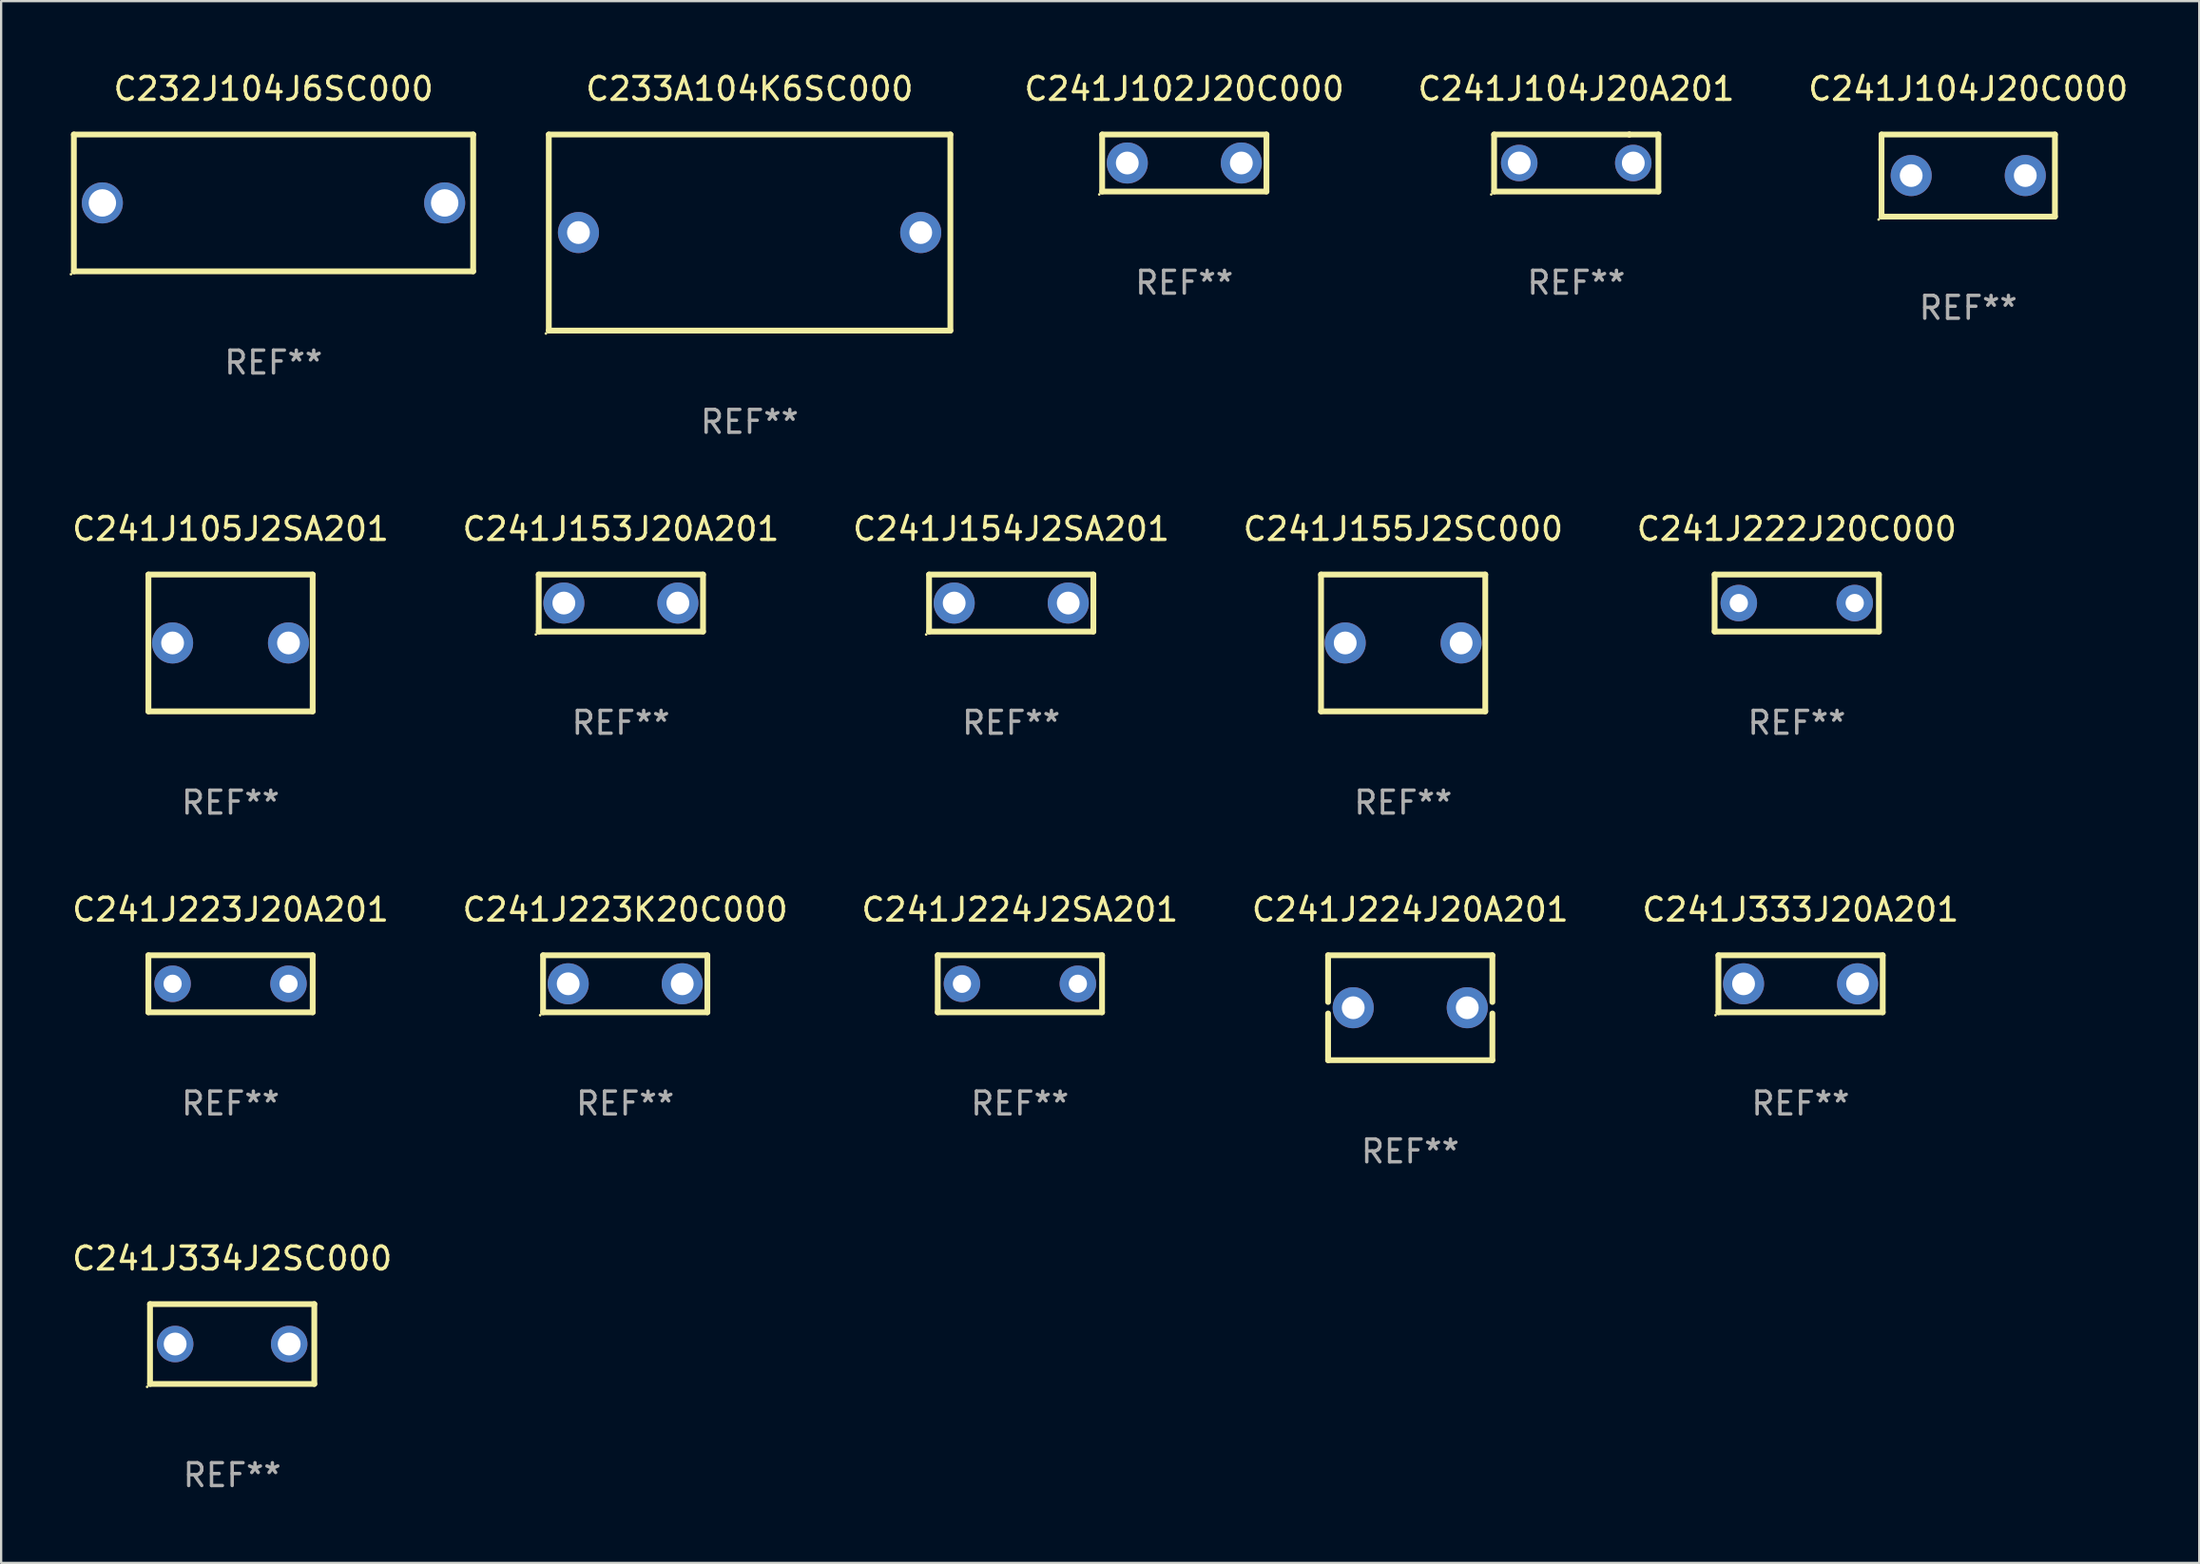
<source format=kicad_pcb>
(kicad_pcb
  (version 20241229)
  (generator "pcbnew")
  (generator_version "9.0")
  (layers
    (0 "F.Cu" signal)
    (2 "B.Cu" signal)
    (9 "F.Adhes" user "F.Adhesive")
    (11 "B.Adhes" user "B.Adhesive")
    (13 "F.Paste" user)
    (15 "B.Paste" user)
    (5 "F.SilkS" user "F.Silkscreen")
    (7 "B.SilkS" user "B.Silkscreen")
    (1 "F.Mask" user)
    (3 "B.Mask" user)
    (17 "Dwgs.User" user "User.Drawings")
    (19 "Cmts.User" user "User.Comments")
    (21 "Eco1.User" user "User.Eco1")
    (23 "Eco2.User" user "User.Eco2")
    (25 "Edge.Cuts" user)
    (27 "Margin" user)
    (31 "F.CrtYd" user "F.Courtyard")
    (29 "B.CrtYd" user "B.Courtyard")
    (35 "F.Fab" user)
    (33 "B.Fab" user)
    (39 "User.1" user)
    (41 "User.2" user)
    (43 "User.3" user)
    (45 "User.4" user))
  (footprint "C241J104J20A201"
    (layer "F.Cu")
    (at 66.032 4.098)
    (property "Reference" "C241J104J20A201" (at 0 -3.25 0) (layer "F.SilkS") (effects (font (size 1 1) (thickness 0.15))))
    (attr through_hole)
    (fp_line (start -3.6 1.25) (end -3.6 -1.25) (stroke (width 0.254) (type solid)) (layer "F.SilkS"))
    (fp_line (start -3.6 1.25) (end 3.6 1.25) (stroke (width 0.254) (type solid)) (layer "F.SilkS"))
    (fp_line (start -3.6 -1.25) (end 2.326 -1.25) (stroke (width 0.254) (type solid)) (layer "F.SilkS"))
    (fp_line (start 2.326 -1.25) (end 2.326 -1.25) (stroke (width 0.254) (type solid)) (layer "F.SilkS"))
    (fp_line (start 2.326 -1.25) (end 3.6 -1.25) (stroke (width 0.254) (type solid)) (layer "F.SilkS"))
    (fp_line (start 3.6 -1.25) (end 3.6 1.25) (stroke (width 0.254) (type solid)) (layer "F.SilkS"))
    (fp_circle (center -3.727 1.377) (end -3.697 1.377) (stroke (width 0.06) (type solid)) (fill no) (layer "F.SilkS"))
    (fp_text user "REF**" (at 0 5.25 0) (layer "F.Fab") (effects (font (size 1 1) (thickness 0.15))))
    (pad "1" thru_hole circle (at -2.499 -0.000013) (size 1.6 1.6) (drill 1) (layers "*.Cu" "*.Mask"))
    (pad "2" thru_hole circle (at 2.499 -0.000013) (size 1.6 1.6) (drill 1) (layers "*.Cu" "*.Mask")))
  (footprint "C241J223K20C000"
    (layer "F.Cu")
    (at 24.351 40.091)
    (property "Reference" "C241J223K20C000" (at 0 -3.25 0) (layer "F.SilkS") (effects (font (size 1 1) (thickness 0.15))))
    (attr through_hole)
    (fp_line (start -3.6 -1.25) (end 3.6 -1.25) (stroke (width 0.254) (type solid)) (layer "F.SilkS"))
    (fp_line (start -3.6 1.25) (end -3.6 -1.25) (stroke (width 0.254) (type solid)) (layer "F.SilkS"))
    (fp_line (start -3.6 1.25) (end 3.6 1.25) (stroke (width 0.254) (type solid)) (layer "F.SilkS"))
    (fp_line (start 3.6 -1.25) (end 3.6 1.25) (stroke (width 0.254) (type solid)) (layer "F.SilkS"))
    (fp_circle (center -3.727 1.377) (end -3.697 1.377) (stroke (width 0.06) (type solid)) (fill no) (layer "F.SilkS"))
    (fp_text user "REF**" (at 0 5.25 0) (layer "F.Fab") (effects (font (size 1 1) (thickness 0.15))))
    (pad "1" thru_hole circle (at -2.499 -0.000013) (size 1.8 1.8) (drill 1) (layers "*.Cu" "*.Mask"))
    (pad "2" thru_hole circle (at 2.499 -0.000013) (size 1.8 1.8) (drill 1) (layers "*.Cu" "*.Mask")))
  (footprint "C241J105J2SA201"
    (layer "F.Cu")
    (at 7.054 25.145)
    (property "Reference" "C241J105J2SA201" (at 0 -5 0) (layer "F.SilkS") (effects (font (size 1 1) (thickness 0.15))))
    (attr through_hole)
    (fp_line (start -3.599 -3) (end -3.599 3) (stroke (width 0.254) (type solid)) (layer "F.SilkS"))
    (fp_line (start -3.599 -3) (end 3.599 -3) (stroke (width 0.254) (type solid)) (layer "F.SilkS"))
    (fp_line (start 3.599 3) (end -3.599 3) (stroke (width 0.254) (type solid)) (layer "F.SilkS"))
    (fp_line (start 3.599 3) (end 3.599 -3) (stroke (width 0.254) (type solid)) (layer "F.SilkS"))
    (fp_circle (center -3.6 3) (end -3.57 3) (stroke (width 0.06) (type solid)) (fill no) (layer "F.SilkS"))
    (fp_text user "REF**" (at 0 7 0) (layer "F.Fab") (effects (font (size 1 1) (thickness 0.15))))
    (pad "1" thru_hole circle (at -2.54 0) (size 1.8 1.8) (drill 1) (layers "*.Cu" "*.Mask"))
    (pad "2" thru_hole circle (at 2.54 0) (size 1.8 1.8) (drill 1) (layers "*.Cu" "*.Mask")))
  (footprint "C232J104J6SC000"
    (layer "F.Cu")
    (at 8.937 5.848)
    (property "Reference" "C232J104J6SC000" (at 0 -5 0) (layer "F.SilkS") (effects (font (size 1 1) (thickness 0.15))))
    (attr through_hole)
    (fp_line (start -8.75 -3) (end 8.75 -3) (stroke (width 0.254) (type solid)) (layer "F.SilkS"))
    (fp_line (start -8.75 3) (end -8.75 -3) (stroke (width 0.254) (type solid)) (layer "F.SilkS"))
    (fp_line (start 8.75 -3) (end 8.75 3) (stroke (width 0.254) (type solid)) (layer "F.SilkS"))
    (fp_line (start 8.75 3) (end -8.75 3) (stroke (width 0.254) (type solid)) (layer "F.SilkS"))
    (fp_circle (center -8.877 3.127) (end -8.847 3.127) (stroke (width 0.06) (type solid)) (fill no) (layer "F.SilkS"))
    (fp_text user "REF**" (at 0 7 0) (layer "F.Fab") (effects (font (size 1 1) (thickness 0.15))))
    (pad "1" thru_hole circle (at -7.501 0) (size 1.8 1.8) (drill 1.2) (layers "*.Cu" "*.Mask"))
    (pad "2" thru_hole circle (at 7.501 0) (size 1.8 1.8) (drill 1.2) (layers "*.Cu" "*.Mask")))
  (footprint "C241J222J20C000"
    (layer "F.Cu")
    (at 75.696 23.395)
    (property "Reference" "C241J222J20C000" (at 0 -3.25 0) (layer "F.SilkS") (effects (font (size 1 1) (thickness 0.15))))
    (attr through_hole)
    (fp_line (start -3.6 -1.25) (end -3.6 1.25) (stroke (width 0.254) (type solid)) (layer "F.SilkS"))
    (fp_line (start -3.6 -1.25) (end 3.6 -1.25) (stroke (width 0.254) (type solid)) (layer "F.SilkS"))
    (fp_line (start 3.6 1.25) (end -3.6 1.25) (stroke (width 0.254) (type solid)) (layer "F.SilkS"))
    (fp_line (start 3.6 1.25) (end 3.6 -1.25) (stroke (width 0.254) (type solid)) (layer "F.SilkS"))
    (fp_circle (center -3.6 1.25) (end -3.57 1.25) (stroke (width 0.06) (type solid)) (fill no) (layer "F.SilkS"))
    (fp_text user "REF**" (at 0 5.25 0) (layer "F.Fab") (effects (font (size 1 1) (thickness 0.15))))
    (pad "1" thru_hole circle (at -2.54 0) (size 1.6 1.6) (drill 0.8) (layers "*.Cu" "*.Mask"))
    (pad "2" thru_hole circle (at 2.54 0) (size 1.6 1.6) (drill 0.8) (layers "*.Cu" "*.Mask")))
  (footprint "C241J334J2SC000"
    (layer "F.Cu")
    (at 7.125 55.888)
    (property "Reference" "C241J334J2SC000" (at 0 -3.75 0) (layer "F.SilkS") (effects (font (size 1 1) (thickness 0.15))))
    (attr through_hole)
    (fp_line (start -3.6 -1.75) (end 3.6 -1.75) (stroke (width 0.254) (type solid)) (layer "F.SilkS"))
    (fp_line (start -3.6 1.75) (end -3.6 -1.75) (stroke (width 0.254) (type solid)) (layer "F.SilkS"))
    (fp_line (start -3.6 1.75) (end 3.6 1.75) (stroke (width 0.254) (type solid)) (layer "F.SilkS"))
    (fp_line (start 3.6 -1.75) (end 3.6 1.75) (stroke (width 0.254) (type solid)) (layer "F.SilkS"))
    (fp_circle (center -3.727 1.877) (end -3.697 1.877) (stroke (width 0.06) (type solid)) (fill no) (layer "F.SilkS"))
    (fp_text user "REF**" (at 0 5.75 0) (layer "F.Fab") (effects (font (size 1 1) (thickness 0.15))))
    (pad "1" thru_hole circle (at -2.499 -0.000013) (size 1.6 1.6) (drill 1) (layers "*.Cu" "*.Mask"))
    (pad "2" thru_hole circle (at 2.499 -0.000013) (size 1.6 1.6) (drill 1) (layers "*.Cu" "*.Mask")))
  (footprint "C241J102J20C000"
    (layer "F.Cu")
    (at 48.854 4.098)
    (property "Reference" "C241J102J20C000" (at 0 -3.25 0) (layer "F.SilkS") (effects (font (size 1 1) (thickness 0.15))))
    (attr through_hole)
    (fp_line (start -3.6 -1.25) (end 3.6 -1.25) (stroke (width 0.254) (type solid)) (layer "F.SilkS"))
    (fp_line (start -3.6 1.25) (end -3.6 -1.25) (stroke (width 0.254) (type solid)) (layer "F.SilkS"))
    (fp_line (start -3.6 1.25) (end 3.6 1.25) (stroke (width 0.254) (type solid)) (layer "F.SilkS"))
    (fp_line (start 3.6 -1.25) (end 3.6 1.25) (stroke (width 0.254) (type solid)) (layer "F.SilkS"))
    (fp_circle (center -3.727 1.377) (end -3.697 1.377) (stroke (width 0.06) (type solid)) (fill no) (layer "F.SilkS"))
    (fp_text user "REF**" (at 0 5.25 0) (layer "F.Fab") (effects (font (size 1 1) (thickness 0.15))))
    (pad "1" thru_hole circle (at -2.499 -0.000013) (size 1.8 1.8) (drill 1) (layers "*.Cu" "*.Mask"))
    (pad "2" thru_hole circle (at 2.499 -0.000013) (size 1.8 1.8) (drill 1) (layers "*.Cu" "*.Mask")))
  (footprint "C241J154J2SA201"
    (layer "F.Cu")
    (at 41.268 23.395)
    (property "Reference" "C241J154J2SA201" (at 0 -3.25 0) (layer "F.SilkS") (effects (font (size 1 1) (thickness 0.15))))
    (attr through_hole)
    (fp_line (start -3.6 -1.25) (end 3.6 -1.25) (stroke (width 0.254) (type solid)) (layer "F.SilkS"))
    (fp_line (start -3.6 1.25) (end -3.6 -1.25) (stroke (width 0.254) (type solid)) (layer "F.SilkS"))
    (fp_line (start -3.6 1.25) (end 3.6 1.25) (stroke (width 0.254) (type solid)) (layer "F.SilkS"))
    (fp_line (start 3.6 -1.25) (end 3.6 1.25) (stroke (width 0.254) (type solid)) (layer "F.SilkS"))
    (fp_circle (center -3.727 1.377) (end -3.697 1.377) (stroke (width 0.06) (type solid)) (fill no) (layer "F.SilkS"))
    (fp_text user "REF**" (at 0 5.25 0) (layer "F.Fab") (effects (font (size 1 1) (thickness 0.15))))
    (pad "1" thru_hole circle (at -2.499 -0.000013) (size 1.8 1.8) (drill 1) (layers "*.Cu" "*.Mask"))
    (pad "2" thru_hole circle (at 2.499 -0.000013) (size 1.8 1.8) (drill 1) (layers "*.Cu" "*.Mask")))
  (footprint "C241J333J20A201"
    (layer "F.Cu")
    (at 75.863 40.091)
    (property "Reference" "C241J333J20A201" (at 0 -3.25 0) (layer "F.SilkS") (effects (font (size 1 1) (thickness 0.15))))
    (attr through_hole)
    (fp_line (start -3.6 -1.25) (end 3.6 -1.25) (stroke (width 0.254) (type solid)) (layer "F.SilkS"))
    (fp_line (start -3.6 1.25) (end -3.6 -1.25) (stroke (width 0.254) (type solid)) (layer "F.SilkS"))
    (fp_line (start -3.6 1.25) (end 3.6 1.25) (stroke (width 0.254) (type solid)) (layer "F.SilkS"))
    (fp_line (start 3.6 -1.25) (end 3.6 1.25) (stroke (width 0.254) (type solid)) (layer "F.SilkS"))
    (fp_circle (center -3.727 1.377) (end -3.697 1.377) (stroke (width 0.06) (type solid)) (fill no) (layer "F.SilkS"))
    (fp_text user "REF**" (at 0 5.25 0) (layer "F.Fab") (effects (font (size 1 1) (thickness 0.15))))
    (pad "1" thru_hole circle (at -2.499 -0.000013) (size 1.8 1.8) (drill 1) (layers "*.Cu" "*.Mask"))
    (pad "2" thru_hole circle (at 2.499 -0.000013) (size 1.8 1.8) (drill 1) (layers "*.Cu" "*.Mask")))
  (footprint "C241J224J20A201"
    (layer "F.Cu")
    (at 58.756 41.141)
    (property "Reference" "C241J224J20A201" (at 0 -4.3 0) (layer "F.SilkS") (effects (font (size 1 1) (thickness 0.15))))
    (attr through_hole)
    (fp_line (start -3.6 -2.3) (end -3.6 -0.252) (stroke (width 0.254) (type solid)) (layer "F.SilkS"))
    (fp_line (start -3.6 -2.3) (end 3.6 -2.3) (stroke (width 0.254) (type solid)) (layer "F.SilkS"))
    (fp_line (start -3.6 0.252) (end -3.6 2.3) (stroke (width 0.254) (type solid)) (layer "F.SilkS"))
    (fp_line (start -3.6 2.3) (end 3.6 2.3) (stroke (width 0.254) (type solid)) (layer "F.SilkS"))
    (fp_line (start 3.6 -0.252) (end 3.6 -2.3) (stroke (width 0.254) (type solid)) (layer "F.SilkS"))
    (fp_line (start 3.6 2.3) (end 3.6 0.252) (stroke (width 0.254) (type solid)) (layer "F.SilkS"))
    (fp_circle (center -3.6 2.25) (end -3.57 2.25) (stroke (width 0.06) (type solid)) (fill no) (layer "F.SilkS"))
    (fp_text user "REF**" (at 0 6.3 0) (layer "F.Fab") (effects (font (size 1 1) (thickness 0.15))))
    (pad "1" thru_hole circle (at -2.499 0) (size 1.8 1.8) (drill 1) (layers "*.Cu" "*.Mask"))
    (pad "2" thru_hole circle (at 2.499 0) (size 1.8 1.8) (drill 1) (layers "*.Cu" "*.Mask")))
  (footprint "C241J223J20A201"
    (layer "F.Cu")
    (at 7.054 40.091)
    (property "Reference" "C241J223J20A201" (at 0 -3.25 0) (layer "F.SilkS") (effects (font (size 1 1) (thickness 0.15))))
    (attr through_hole)
    (fp_line (start -3.6 -1.25) (end -3.6 1.25) (stroke (width 0.254) (type solid)) (layer "F.SilkS"))
    (fp_line (start -3.6 -1.25) (end 3.6 -1.25) (stroke (width 0.254) (type solid)) (layer "F.SilkS"))
    (fp_line (start 3.6 1.25) (end -3.6 1.25) (stroke (width 0.254) (type solid)) (layer "F.SilkS"))
    (fp_line (start 3.6 1.25) (end 3.6 -1.25) (stroke (width 0.254) (type solid)) (layer "F.SilkS"))
    (fp_circle (center -3.6 1.25) (end -3.57 1.25) (stroke (width 0.06) (type solid)) (fill no) (layer "F.SilkS"))
    (fp_text user "REF**" (at 0 5.25 0) (layer "F.Fab") (effects (font (size 1 1) (thickness 0.15))))
    (pad "1" thru_hole circle (at -2.54 0) (size 1.6 1.6) (drill 0.8) (layers "*.Cu" "*.Mask"))
    (pad "2" thru_hole circle (at 2.54 0) (size 1.6 1.6) (drill 0.8) (layers "*.Cu" "*.Mask")))
  (footprint "C241J153J20A201"
    (layer "F.Cu")
    (at 24.161 23.395)
    (property "Reference" "C241J153J20A201" (at 0 -3.25 0) (layer "F.SilkS") (effects (font (size 1 1) (thickness 0.15))))
    (attr through_hole)
    (fp_line (start -3.6 -1.25) (end 3.6 -1.25) (stroke (width 0.254) (type solid)) (layer "F.SilkS"))
    (fp_line (start -3.6 1.25) (end -3.6 -1.25) (stroke (width 0.254) (type solid)) (layer "F.SilkS"))
    (fp_line (start -3.6 1.25) (end 3.6 1.25) (stroke (width 0.254) (type solid)) (layer "F.SilkS"))
    (fp_line (start 3.6 -1.25) (end 3.6 1.25) (stroke (width 0.254) (type solid)) (layer "F.SilkS"))
    (fp_circle (center -3.727 1.377) (end -3.697 1.377) (stroke (width 0.06) (type solid)) (fill no) (layer "F.SilkS"))
    (fp_text user "REF**" (at 0 5.25 0) (layer "F.Fab") (effects (font (size 1 1) (thickness 0.15))))
    (pad "1" thru_hole circle (at -2.499 -0.000013) (size 1.8 1.8) (drill 1) (layers "*.Cu" "*.Mask"))
    (pad "2" thru_hole circle (at 2.499 -0.000013) (size 1.8 1.8) (drill 1) (layers "*.Cu" "*.Mask")))
  (footprint "C241J155J2SC000"
    (layer "F.Cu")
    (at 58.446 25.145)
    (property "Reference" "C241J155J2SC000" (at 0 -5 0) (layer "F.SilkS") (effects (font (size 1 1) (thickness 0.15))))
    (attr through_hole)
    (fp_line (start -3.599 -3) (end -3.599 3) (stroke (width 0.254) (type solid)) (layer "F.SilkS"))
    (fp_line (start -3.599 -3) (end 3.599 -3) (stroke (width 0.254) (type solid)) (layer "F.SilkS"))
    (fp_line (start 3.599 3) (end -3.599 3) (stroke (width 0.254) (type solid)) (layer "F.SilkS"))
    (fp_line (start 3.599 3) (end 3.599 -3) (stroke (width 0.254) (type solid)) (layer "F.SilkS"))
    (fp_circle (center -3.6 3) (end -3.57 3) (stroke (width 0.06) (type solid)) (fill no) (layer "F.SilkS"))
    (fp_text user "REF**" (at 0 7 0) (layer "F.Fab") (effects (font (size 1 1) (thickness 0.15))))
    (pad "1" thru_hole circle (at -2.54 0) (size 1.8 1.8) (drill 1) (layers "*.Cu" "*.Mask"))
    (pad "2" thru_hole circle (at 2.54 0) (size 1.8 1.8) (drill 1) (layers "*.Cu" "*.Mask")))
  (footprint "C241J224J2SA201"
    (layer "F.Cu")
    (at 41.649 40.091)
    (property "Reference" "C241J224J2SA201" (at 0 -3.25 0) (layer "F.SilkS") (effects (font (size 1 1) (thickness 0.15))))
    (attr through_hole)
    (fp_line (start -3.6 -1.25) (end -3.6 1.25) (stroke (width 0.254) (type solid)) (layer "F.SilkS"))
    (fp_line (start -3.6 -1.25) (end 3.6 -1.25) (stroke (width 0.254) (type solid)) (layer "F.SilkS"))
    (fp_line (start 3.6 1.25) (end -3.6 1.25) (stroke (width 0.254) (type solid)) (layer "F.SilkS"))
    (fp_line (start 3.6 1.25) (end 3.6 -1.25) (stroke (width 0.254) (type solid)) (layer "F.SilkS"))
    (fp_circle (center -3.6 1.25) (end -3.57 1.25) (stroke (width 0.06) (type solid)) (fill no) (layer "F.SilkS"))
    (fp_text user "REF**" (at 0 5.25 0) (layer "F.Fab") (effects (font (size 1 1) (thickness 0.15))))
    (pad "1" thru_hole circle (at -2.54 0) (size 1.6 1.6) (drill 0.8) (layers "*.Cu" "*.Mask"))
    (pad "2" thru_hole circle (at 2.54 0) (size 1.6 1.6) (drill 0.8) (layers "*.Cu" "*.Mask")))
  (footprint "C241J104J20C000"
    (layer "F.Cu")
    (at 83.211 4.648)
    (property "Reference" "C241J104J20C000" (at 0 -3.8 0) (layer "F.SilkS") (effects (font (size 1 1) (thickness 0.15))))
    (attr through_hole)
    (fp_line (start -3.8 -1.8) (end -3.8 1.8) (stroke (width 0.254) (type solid)) (layer "F.SilkS"))
    (fp_line (start -3.8 -1.8) (end 3.8 -1.8) (stroke (width 0.254) (type solid)) (layer "F.SilkS"))
    (fp_line (start -3.8 1.8) (end 3.8 1.8) (stroke (width 0.254) (type solid)) (layer "F.SilkS"))
    (fp_line (start 3.8 -1.8) (end 3.8 1.8) (stroke (width 0.254) (type solid)) (layer "F.SilkS"))
    (fp_circle (center -3.927 1.927) (end -3.897 1.927) (stroke (width 0.06) (type solid)) (fill no) (layer "F.SilkS"))
    (fp_text user "REF**" (at 0 5.8 0) (layer "F.Fab") (effects (font (size 1 1) (thickness 0.15))))
    (pad "1" thru_hole circle (at -2.5 0) (size 1.8 1.8) (drill 1) (layers "*.Cu" "*.Mask"))
    (pad "2" thru_hole circle (at 2.5 0) (size 1.8 1.8) (drill 1) (layers "*.Cu" "*.Mask")))
  (footprint "C233A104K6SC000"
    (layer "F.Cu")
    (at 29.802 7.148)
    (property "Reference" "C233A104K6SC000" (at 0 -6.3 0) (layer "F.SilkS") (effects (font (size 1 1) (thickness 0.15))))
    (attr through_hole)
    (fp_line (start -8.8 -4.3) (end -8.8 4.3) (stroke (width 0.254) (type solid)) (layer "F.SilkS"))
    (fp_line (start -8.8 -4.3) (end 8.8 -4.3) (stroke (width 0.254) (type solid)) (layer "F.SilkS"))
    (fp_line (start -8.8 4.3) (end 8.8 4.3) (stroke (width 0.254) (type solid)) (layer "F.SilkS"))
    (fp_line (start 8.8 -4.3) (end 8.8 4.3) (stroke (width 0.254) (type solid)) (layer "F.SilkS"))
    (fp_circle (center -8.927 4.427) (end -8.897 4.427) (stroke (width 0.06) (type solid)) (fill no) (layer "F.SilkS"))
    (fp_text user "REF**" (at 0 8.3 0) (layer "F.Fab") (effects (font (size 1 1) (thickness 0.15))))
    (pad "1" thru_hole circle (at -7.5 0) (size 1.8 1.8) (drill 1) (layers "*.Cu" "*.Mask"))
    (pad "2" thru_hole circle (at 7.5 0) (size 1.8 1.8) (drill 1) (layers "*.Cu" "*.Mask")))
  (gr_rect
    (start -3 -3)
    (end 93.336 65.486)
    (stroke (width 0.1) (type default))
    (fill no)
    (layer "Edge.Cuts")))
</source>
